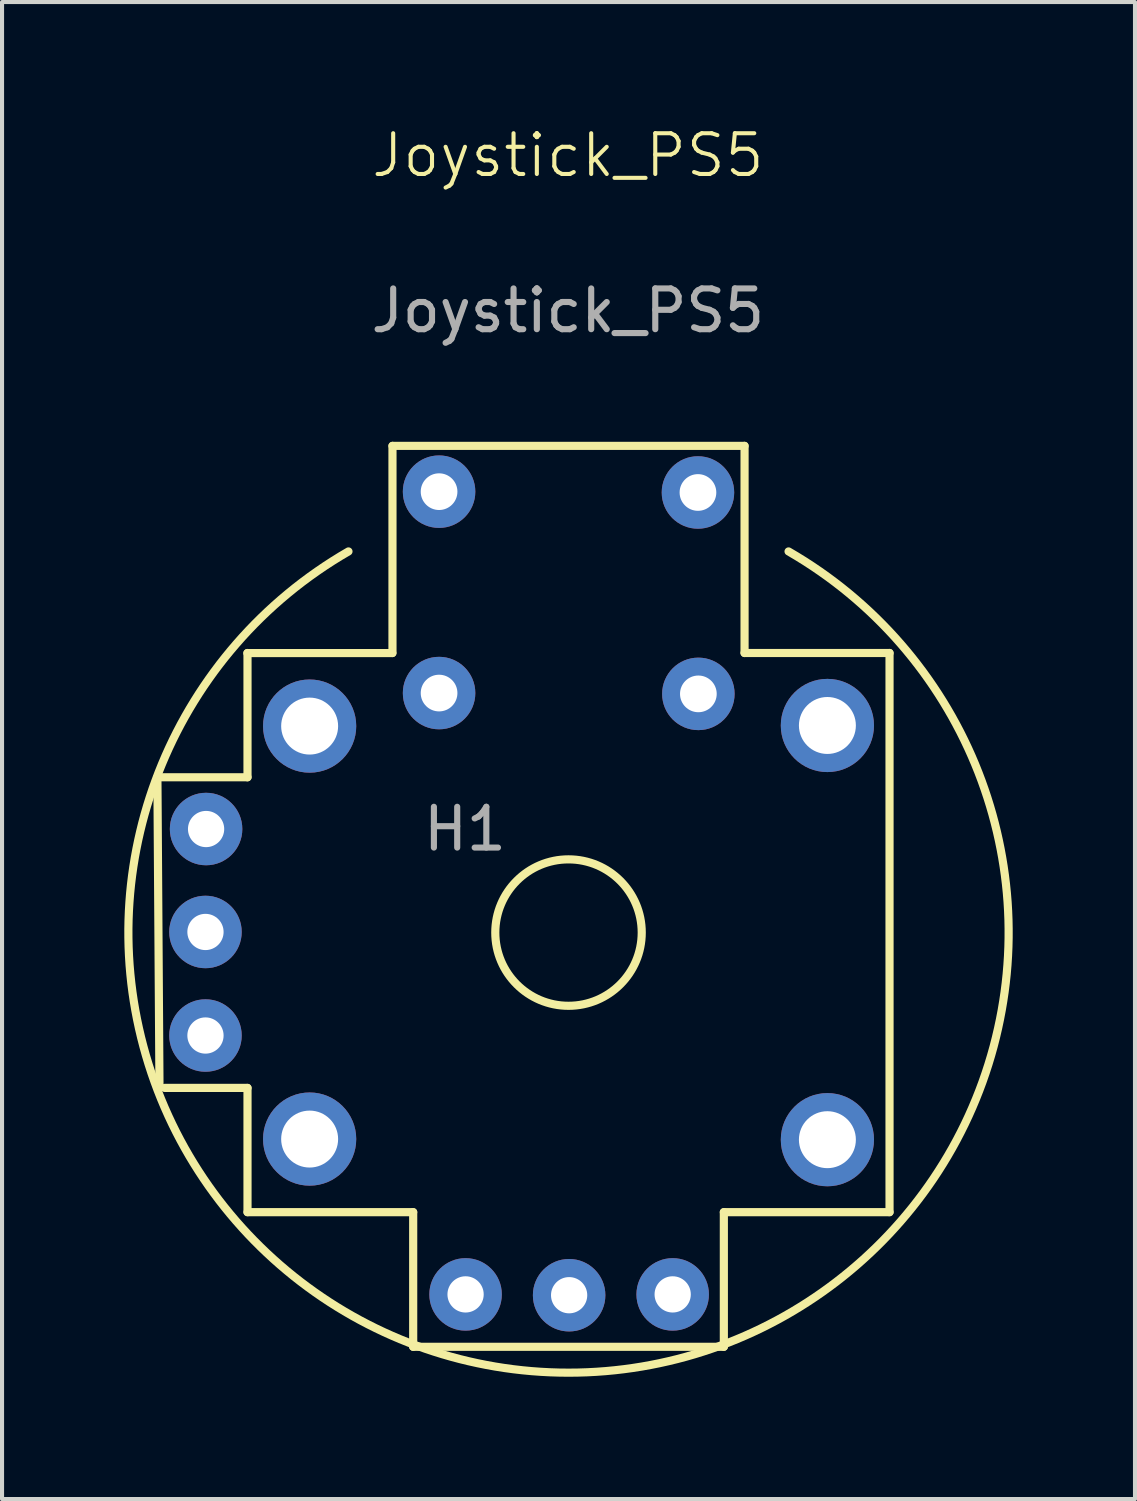
<source format=kicad_pcb>
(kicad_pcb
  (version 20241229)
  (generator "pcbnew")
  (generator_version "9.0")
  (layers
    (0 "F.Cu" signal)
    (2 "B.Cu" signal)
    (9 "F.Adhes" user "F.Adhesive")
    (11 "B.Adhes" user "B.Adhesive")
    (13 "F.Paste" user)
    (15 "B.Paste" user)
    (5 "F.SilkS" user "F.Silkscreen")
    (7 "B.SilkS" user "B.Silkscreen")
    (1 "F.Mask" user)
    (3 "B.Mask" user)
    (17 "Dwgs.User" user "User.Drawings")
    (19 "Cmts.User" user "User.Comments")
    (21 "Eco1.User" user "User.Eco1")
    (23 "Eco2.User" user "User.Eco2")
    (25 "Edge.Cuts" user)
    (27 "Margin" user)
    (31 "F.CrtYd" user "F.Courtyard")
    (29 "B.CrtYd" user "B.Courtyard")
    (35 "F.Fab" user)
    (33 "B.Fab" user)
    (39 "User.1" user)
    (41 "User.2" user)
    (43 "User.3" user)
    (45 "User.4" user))
  (footprint "Joystick_PS5"
    (layer "F.Cu")
    (at 10.895 19.825)
    (property "Reference" "Joystick_PS5" (at -0.015 -19.065 0) (unlocked yes) (layer "F.SilkS") (effects (font (size 1 1) (thickness 0.1))))
    (attr through_hole)
    (fp_line (start -10.084 -3.81) (end -7.874 -3.81) (stroke (width 0.2) (type solid)) (layer "F.SilkS"))
    (fp_line (start -10.033 3.81) (end -10.084 -3.81) (stroke (width 0.2) (type solid)) (layer "F.SilkS"))
    (fp_line (start -7.878 -6.856) (end -4.322 -6.856) (stroke (width 0.2) (type solid)) (layer "F.SilkS"))
    (fp_line (start -7.874 -3.81) (end -7.874 -6.858) (stroke (width 0.2) (type solid)) (layer "F.SilkS"))
    (fp_line (start -7.874 3.81) (end -9.906 3.81) (stroke (width 0.2) (type solid)) (layer "F.SilkS"))
    (fp_line (start -7.874 6.858) (end -7.874 3.81) (stroke (width 0.2) (type solid)) (layer "F.SilkS"))
    (fp_line (start -4.318 -11.938) (end -4.318 -6.858) (stroke (width 0.2) (type solid)) (layer "F.SilkS"))
    (fp_line (start -4.318 -11.938) (end 4.318 -11.938) (stroke (width 0.2) (type solid)) (layer "F.SilkS"))
    (fp_line (start -3.81 6.858) (end -7.874 6.858) (stroke (width 0.2) (type solid)) (layer "F.SilkS"))
    (fp_line (start -3.81 10.16) (end -3.81 6.858) (stroke (width 0.2) (type solid)) (layer "F.SilkS"))
    (fp_line (start 3.81 6.858) (end 3.81 10.16) (stroke (width 0.2) (type solid)) (layer "F.SilkS"))
    (fp_line (start 3.81 10.16) (end -3.81 10.16) (stroke (width 0.2) (type solid)) (layer "F.SilkS"))
    (fp_line (start 4.318 -11.938) (end 4.318 -6.858) (stroke (width 0.2) (type solid)) (layer "F.SilkS"))
    (fp_line (start 4.318 -6.858) (end 7.874 -6.858) (stroke (width 0.2) (type solid)) (layer "F.SilkS"))
    (fp_line (start 7.874 -6.858) (end 7.874 6.858) (stroke (width 0.2) (type solid)) (layer "F.SilkS"))
    (fp_line (start 7.874 6.858) (end 3.81 6.858) (stroke (width 0.2) (type solid)) (layer "F.SilkS"))
    (fp_arc (start 5.3975 -9.348749) (mid 0 10.794995) (end -5.3975 -9.348749) (stroke (width 0.2) (type solid)) (layer "F.SilkS"))
    (fp_circle (center 0 0) (end 1.796 0) (stroke (width 0.2) (type solid)) (fill no) (layer "F.SilkS"))
    (fp_line (start -9.906 3.81) (end -10.033 3.81) (stroke (width 0.2) (type solid)) (layer "Eco1.User"))
    (fp_line (start -4.318 -11.938) (end -4.318 -11.938) (stroke (width 0.2) (type solid)) (layer "Eco1.User"))
    (fp_circle (center -8.89 -2.54) (end -8.445 -2.54) (stroke (width 0.2) (type solid)) (fill no) (layer "Eco1.User"))
    (fp_circle (center -8.89 -2.54) (end -8.42 -2.54) (stroke (width 0.2) (type solid)) (fill no) (layer "Eco1.User"))
    (fp_circle (center -8.89 -2.54) (end -8.42 -2.54) (stroke (width 0.2) (type solid)) (fill no) (layer "Eco1.User"))
    (fp_circle (center -8.89 -2.54) (end -8.001 -2.54) (stroke (width 0.2) (type solid)) (fill no) (layer "Eco1.User"))
    (fp_circle (center -8.89 -2.54) (end -7.95 -2.54) (stroke (width 0.2) (type solid)) (fill no) (layer "Eco1.User"))
    (fp_circle (center -8.89 -2.54) (end -7.95 -2.54) (stroke (width 0.2) (type solid)) (fill no) (layer "Eco1.User"))
    (fp_circle (center -8.89 0) (end -8.445 0) (stroke (width 0.2) (type solid)) (fill no) (layer "Eco1.User"))
    (fp_circle (center -8.89 0) (end -8.42 0) (stroke (width 0.2) (type solid)) (fill no) (layer "Eco1.User"))
    (fp_circle (center -8.89 0) (end -8.42 0) (stroke (width 0.2) (type solid)) (fill no) (layer "Eco1.User"))
    (fp_circle (center -8.89 0) (end -8.001 0) (stroke (width 0.2) (type solid)) (fill no) (layer "Eco1.User"))
    (fp_circle (center -8.89 0) (end -7.95 0) (stroke (width 0.2) (type solid)) (fill no) (layer "Eco1.User"))
    (fp_circle (center -8.89 0) (end -7.95 0) (stroke (width 0.2) (type solid)) (fill no) (layer "Eco1.User"))
    (fp_circle (center -8.89 2.54) (end -8.445 2.54) (stroke (width 0.2) (type solid)) (fill no) (layer "Eco1.User"))
    (fp_circle (center -8.89 2.54) (end -8.42 2.54) (stroke (width 0.2) (type solid)) (fill no) (layer "Eco1.User"))
    (fp_circle (center -8.89 2.54) (end -8.42 2.54) (stroke (width 0.2) (type solid)) (fill no) (layer "Eco1.User"))
    (fp_circle (center -8.89 2.54) (end -8.001 2.54) (stroke (width 0.2) (type solid)) (fill no) (layer "Eco1.User"))
    (fp_circle (center -8.89 2.54) (end -7.95 2.54) (stroke (width 0.2) (type solid)) (fill no) (layer "Eco1.User"))
    (fp_circle (center -8.89 2.54) (end -7.95 2.54) (stroke (width 0.2) (type solid)) (fill no) (layer "Eco1.User"))
    (fp_circle (center -6.35 -5.08) (end -5.652 -5.08) (stroke (width 0.2) (type solid)) (fill no) (layer "Eco1.User"))
    (fp_circle (center -6.35 -5.08) (end -5.62 -5.08) (stroke (width 0.2) (type solid)) (fill no) (layer "Eco1.User"))
    (fp_circle (center -6.35 -5.08) (end -5.62 -5.08) (stroke (width 0.2) (type solid)) (fill no) (layer "Eco1.User"))
    (fp_circle (center -6.35 -5.08) (end -5.207 -5.08) (stroke (width 0.2) (type solid)) (fill no) (layer "Eco1.User"))
    (fp_circle (center -6.35 -5.08) (end -5.156 -5.08) (stroke (width 0.2) (type solid)) (fill no) (layer "Eco1.User"))
    (fp_circle (center -6.35 -5.08) (end -5.156 -5.08) (stroke (width 0.2) (type solid)) (fill no) (layer "Eco1.User"))
    (fp_circle (center -6.35 5.08) (end -5.652 5.08) (stroke (width 0.2) (type solid)) (fill no) (layer "Eco1.User"))
    (fp_circle (center -6.35 5.08) (end -5.62 5.08) (stroke (width 0.2) (type solid)) (fill no) (layer "Eco1.User"))
    (fp_circle (center -6.35 5.08) (end -5.62 5.08) (stroke (width 0.2) (type solid)) (fill no) (layer "Eco1.User"))
    (fp_circle (center -6.35 5.08) (end -5.207 5.08) (stroke (width 0.2) (type solid)) (fill no) (layer "Eco1.User"))
    (fp_circle (center -6.35 5.08) (end -5.156 5.08) (stroke (width 0.2) (type solid)) (fill no) (layer "Eco1.User"))
    (fp_circle (center -6.35 5.08) (end -5.156 5.08) (stroke (width 0.2) (type solid)) (fill no) (layer "Eco1.User"))
    (fp_circle (center -3.175 -10.795) (end -2.731 -10.795) (stroke (width 0.2) (type solid)) (fill no) (layer "Eco1.User"))
    (fp_circle (center -3.175 -10.795) (end -2.705 -10.795) (stroke (width 0.2) (type solid)) (fill no) (layer "Eco1.User"))
    (fp_circle (center -3.175 -10.795) (end -2.705 -10.795) (stroke (width 0.2) (type solid)) (fill no) (layer "Eco1.User"))
    (fp_circle (center -3.175 -10.795) (end -2.286 -10.795) (stroke (width 0.2) (type solid)) (fill no) (layer "Eco1.User"))
    (fp_circle (center -3.175 -10.795) (end -2.235 -10.795) (stroke (width 0.2) (type solid)) (fill no) (layer "Eco1.User"))
    (fp_circle (center -3.175 -10.795) (end -2.235 -10.795) (stroke (width 0.2) (type solid)) (fill no) (layer "Eco1.User"))
    (fp_circle (center -3.175 -5.842) (end -2.731 -5.842) (stroke (width 0.2) (type solid)) (fill no) (layer "Eco1.User"))
    (fp_circle (center -3.175 -5.842) (end -2.705 -5.842) (stroke (width 0.2) (type solid)) (fill no) (layer "Eco1.User"))
    (fp_circle (center -3.175 -5.842) (end -2.705 -5.842) (stroke (width 0.2) (type solid)) (fill no) (layer "Eco1.User"))
    (fp_circle (center -3.175 -5.842) (end -2.286 -5.842) (stroke (width 0.2) (type solid)) (fill no) (layer "Eco1.User"))
    (fp_circle (center -3.175 -5.842) (end -2.235 -5.842) (stroke (width 0.2) (type solid)) (fill no) (layer "Eco1.User"))
    (fp_circle (center -3.175 -5.842) (end -2.235 -5.842) (stroke (width 0.2) (type solid)) (fill no) (layer "Eco1.User"))
    (fp_circle (center -2.54 8.89) (end -2.095 8.89) (stroke (width 0.2) (type solid)) (fill no) (layer "Eco1.User"))
    (fp_circle (center -2.54 8.89) (end -2.07 8.89) (stroke (width 0.2) (type solid)) (fill no) (layer "Eco1.User"))
    (fp_circle (center -2.54 8.89) (end -2.07 8.89) (stroke (width 0.2) (type solid)) (fill no) (layer "Eco1.User"))
    (fp_circle (center -2.54 8.89) (end -1.651 8.89) (stroke (width 0.2) (type solid)) (fill no) (layer "Eco1.User"))
    (fp_circle (center -2.54 8.89) (end -1.6 8.89) (stroke (width 0.2) (type solid)) (fill no) (layer "Eco1.User"))
    (fp_circle (center -2.54 8.89) (end -1.6 8.89) (stroke (width 0.2) (type solid)) (fill no) (layer "Eco1.User"))
    (fp_circle (center 0 8.89) (end 0.445 8.89) (stroke (width 0.2) (type solid)) (fill no) (layer "Eco1.User"))
    (fp_circle (center 0 8.89) (end 0.47 8.89) (stroke (width 0.2) (type solid)) (fill no) (layer "Eco1.User"))
    (fp_circle (center 0 8.89) (end 0.47 8.89) (stroke (width 0.2) (type solid)) (fill no) (layer "Eco1.User"))
    (fp_circle (center 0 8.89) (end 0.889 8.89) (stroke (width 0.2) (type solid)) (fill no) (layer "Eco1.User"))
    (fp_circle (center 0 8.89) (end 0.94 8.89) (stroke (width 0.2) (type solid)) (fill no) (layer "Eco1.User"))
    (fp_circle (center 0 8.89) (end 0.94 8.89) (stroke (width 0.2) (type solid)) (fill no) (layer "Eco1.User"))
    (fp_circle (center 2.54 8.89) (end 2.985 8.89) (stroke (width 0.2) (type solid)) (fill no) (layer "Eco1.User"))
    (fp_circle (center 2.54 8.89) (end 3.01 8.89) (stroke (width 0.2) (type solid)) (fill no) (layer "Eco1.User"))
    (fp_circle (center 2.54 8.89) (end 3.01 8.89) (stroke (width 0.2) (type solid)) (fill no) (layer "Eco1.User"))
    (fp_circle (center 2.54 8.89) (end 3.429 8.89) (stroke (width 0.2) (type solid)) (fill no) (layer "Eco1.User"))
    (fp_circle (center 2.54 8.89) (end 3.48 8.89) (stroke (width 0.2) (type solid)) (fill no) (layer "Eco1.User"))
    (fp_circle (center 2.54 8.89) (end 3.48 8.89) (stroke (width 0.2) (type solid)) (fill no) (layer "Eco1.User"))
    (fp_circle (center 3.175 -10.795) (end 3.619 -10.795) (stroke (width 0.2) (type solid)) (fill no) (layer "Eco1.User"))
    (fp_circle (center 3.175 -10.795) (end 3.645 -10.795) (stroke (width 0.2) (type solid)) (fill no) (layer "Eco1.User"))
    (fp_circle (center 3.175 -10.795) (end 3.645 -10.795) (stroke (width 0.2) (type solid)) (fill no) (layer "Eco1.User"))
    (fp_circle (center 3.175 -10.795) (end 4.064 -10.795) (stroke (width 0.2) (type solid)) (fill no) (layer "Eco1.User"))
    (fp_circle (center 3.175 -10.795) (end 4.115 -10.795) (stroke (width 0.2) (type solid)) (fill no) (layer "Eco1.User"))
    (fp_circle (center 3.175 -10.795) (end 4.115 -10.795) (stroke (width 0.2) (type solid)) (fill no) (layer "Eco1.User"))
    (fp_circle (center 3.175 -5.842) (end 3.619 -5.842) (stroke (width 0.2) (type solid)) (fill no) (layer "Eco1.User"))
    (fp_circle (center 3.175 -5.842) (end 3.645 -5.842) (stroke (width 0.2) (type solid)) (fill no) (layer "Eco1.User"))
    (fp_circle (center 3.175 -5.842) (end 3.645 -5.842) (stroke (width 0.2) (type solid)) (fill no) (layer "Eco1.User"))
    (fp_circle (center 3.175 -5.842) (end 4.064 -5.842) (stroke (width 0.2) (type solid)) (fill no) (layer "Eco1.User"))
    (fp_circle (center 3.175 -5.842) (end 4.115 -5.842) (stroke (width 0.2) (type solid)) (fill no) (layer "Eco1.User"))
    (fp_circle (center 3.175 -5.842) (end 4.115 -5.842) (stroke (width 0.2) (type solid)) (fill no) (layer "Eco1.User"))
    (fp_circle (center 6.35 -5.08) (end 7.048 -5.08) (stroke (width 0.2) (type solid)) (fill no) (layer "Eco1.User"))
    (fp_circle (center 6.35 -5.08) (end 7.08 -5.08) (stroke (width 0.2) (type solid)) (fill no) (layer "Eco1.User"))
    (fp_circle (center 6.35 -5.08) (end 7.08 -5.08) (stroke (width 0.2) (type solid)) (fill no) (layer "Eco1.User"))
    (fp_circle (center 6.35 -5.08) (end 7.493 -5.08) (stroke (width 0.2) (type solid)) (fill no) (layer "Eco1.User"))
    (fp_circle (center 6.35 -5.08) (end 7.544 -5.08) (stroke (width 0.2) (type solid)) (fill no) (layer "Eco1.User"))
    (fp_circle (center 6.35 -5.08) (end 7.544 -5.08) (stroke (width 0.2) (type solid)) (fill no) (layer "Eco1.User"))
    (fp_circle (center 6.35 5.08) (end 7.048 5.08) (stroke (width 0.2) (type solid)) (fill no) (layer "Eco1.User"))
    (fp_circle (center 6.35 5.08) (end 7.08 5.08) (stroke (width 0.2) (type solid)) (fill no) (layer "Eco1.User"))
    (fp_circle (center 6.35 5.08) (end 7.08 5.08) (stroke (width 0.2) (type solid)) (fill no) (layer "Eco1.User"))
    (fp_circle (center 6.35 5.08) (end 7.493 5.08) (stroke (width 0.2) (type solid)) (fill no) (layer "Eco1.User"))
    (fp_circle (center 6.35 5.08) (end 7.544 5.08) (stroke (width 0.2) (type solid)) (fill no) (layer "Eco1.User"))
    (fp_circle (center 6.35 5.08) (end 7.544 5.08) (stroke (width 0.2) (type solid)) (fill no) (layer "Eco1.User"))
    (fp_text user "${REFERENCE}" (at -0.015 -15.255 0) (unlocked yes) (layer "F.Fab") (effects (font (size 1 1) (thickness 0.15))))
    (fp_text user "H1" (at -2.54 -2.54 0) (unlocked yes) (layer "F.Fab") (effects (font (size 1 1) (thickness 0.15))))
    (pad "B1A" thru_hole circle (at -3.175 -10.815) (size 1.778 1.778) (drill 0.9) (layers "*.Cu" "*.Mask"))
    (pad "B1B" thru_hole circle (at 3.175 -10.795) (size 1.778 1.778) (drill 0.9) (layers "*.Cu" "*.Mask"))
    (pad "B2A" thru_hole circle (at -3.175 -5.875) (size 1.778 1.778) (drill 0.9) (layers "*.Cu" "*.Mask"))
    (pad "B2B" thru_hole circle (at 3.185 -5.855) (size 1.778 1.778) (drill 0.9) (layers "*.Cu" "*.Mask"))
    (pad "H1" thru_hole circle (at -2.525 8.875) (size 1.778 1.778) (drill 0.889) (layers "*.Cu" "*.Mask"))
    (pad "H2" thru_hole circle (at 0.015 8.895) (size 1.778 1.778) (drill 0.889) (layers "*.Cu" "*.Mask"))
    (pad "H3" thru_hole circle (at 2.555 8.875) (size 1.778 1.778) (drill 0.889) (layers "*.Cu" "*.Mask"))
    (pad "S1" thru_hole circle (at -6.35 -5.065) (size 2.286 2.286) (drill 1.397) (layers "*.Cu" "*.Mask"))
    (pad "S2" thru_hole circle (at -6.35 5.065) (size 2.286 2.286) (drill 1.397) (layers "*.Cu" "*.Mask"))
    (pad "S3" thru_hole circle (at 6.35 5.08) (size 2.286 2.286) (drill 1.397) (layers "*.Cu" "*.Mask"))
    (pad "S4" thru_hole circle (at 6.35 -5.08) (size 2.286 2.286) (drill 1.397) (layers "*.Cu" "*.Mask"))
    (pad "V1" thru_hole circle (at -8.89 -2.54) (size 1.778 1.778) (drill 0.889) (layers "*.Cu" "*.Mask"))
    (pad "V2" thru_hole circle (at -8.905 -0.015) (size 1.778 1.778) (drill 0.889) (layers "*.Cu" "*.Mask"))
    (pad "V3" thru_hole circle (at -8.905 2.525) (size 1.778 1.778) (drill 0.889) (layers "*.Cu" "*.Mask")))
  (gr_rect
    (start -3 -3)
    (end 24.79 33.72)
    (stroke (width 0.1) (type default))
    (fill no)
    (layer "Edge.Cuts")))
</source>
